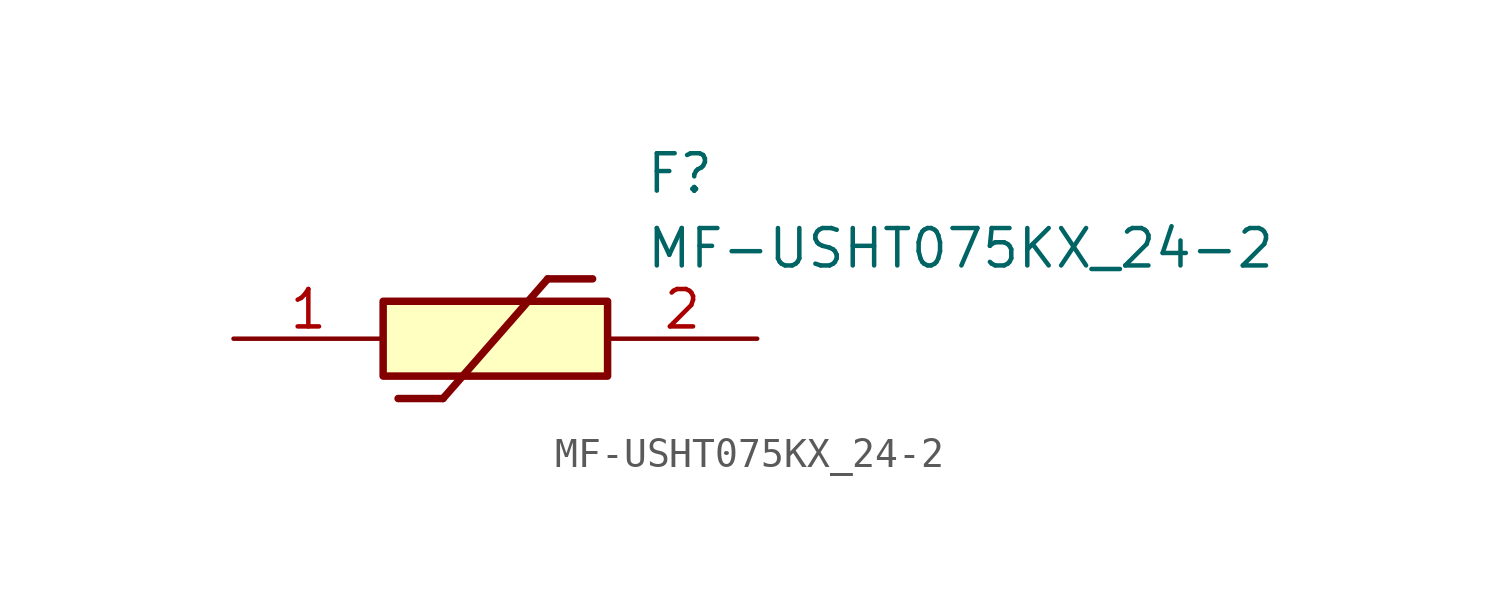
<source format=kicad_sym>
(kicad_symbol_lib
  (version 20211014)
  (generator SamacSys_ECAD_Model)
  (symbol "MF-USHT075KX_24-2"
    (pin_names hide)
    (property "Reference" "F"
      (at 13.97 6.35 0)
      (effects (font (size 1.27 1.27)) (justify left top)))
    (property "Value" "MF-USHT075KX_24-2"
      (at 13.97 3.81 0)
      (effects (font (size 1.27 1.27)) (justify left top)))
    (rectangle
      (start 5.08 1.27)
      (end 12.7 -1.27)
      (stroke (width 0.254) (type default))
      (fill (type background)))
    (polyline
      (pts (xy 5.588 -2.032) (xy 7.112 -2.032))
      (stroke (width 0.254) (type default))
      (fill (type none)))
    (polyline
      (pts (xy 10.668 2.032) (xy 7.112 -2.032))
      (stroke (width 0.254) (type default))
      (fill (type none)))
    (polyline
      (pts (xy 10.668 2.032) (xy 12.192 2.032))
      (stroke (width 0.254) (type default))
      (fill (type none)))
    (pin passive line
      (at 0 0 0)
      (length 5.08)
      (name "1" (effects (font (size 1.27 1.27))))
      (number "1" (effects (font (size 1.27 1.27)))))
    (pin passive line
      (at 17.78 0 180)
      (length 5.08)
      (name "2" (effects (font (size 1.27 1.27))))
      (number "2" (effects (font (size 1.27 1.27)))))))
</source>
